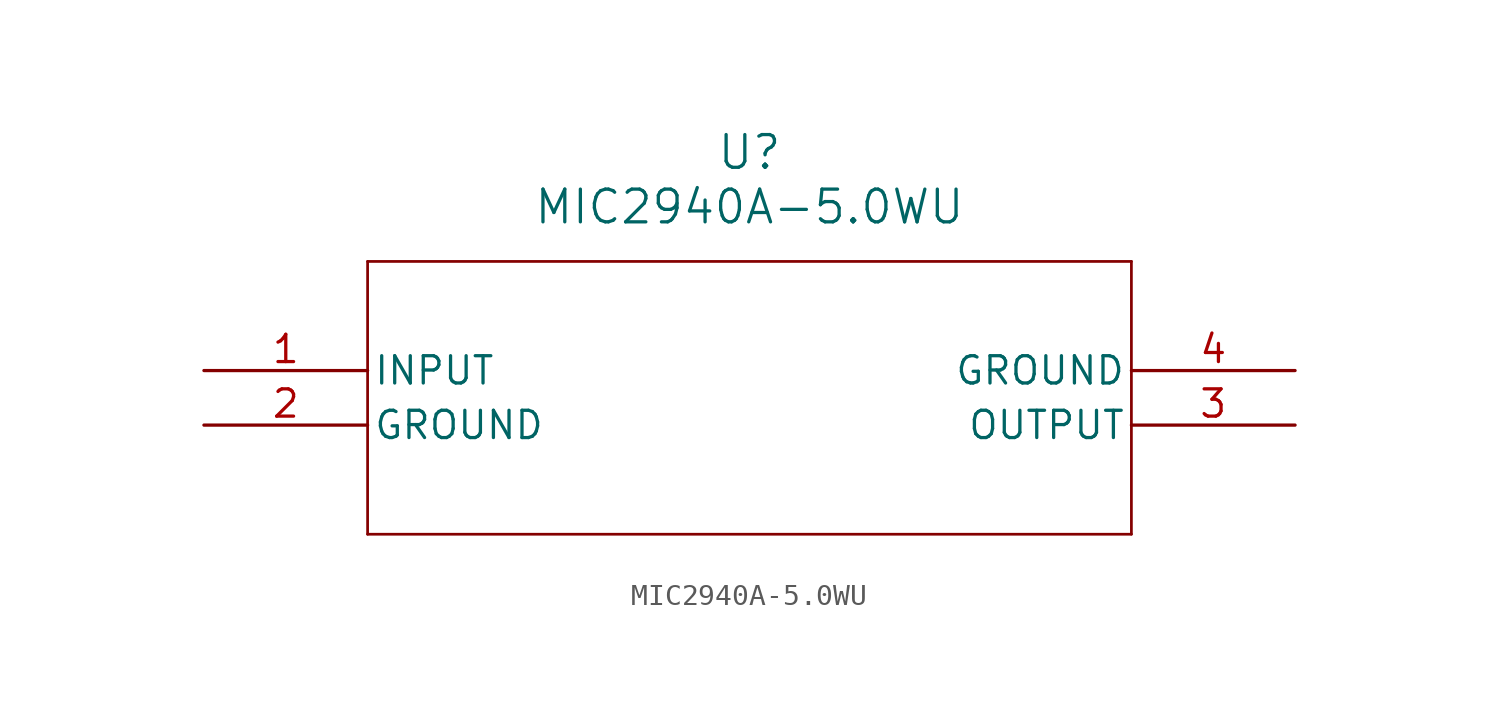
<source format=kicad_sym>
(kicad_symbol_lib
  (version 20211014)
  (generator kicad_symbol_editor)
  (symbol "MIC2940A-5.0WU"
    (pin_names
      (offset 0.254))
    (property "Reference" "U"
      (at 25.4 10.16 0)
      (effects (font (size 1.524 1.524))))
    (property "Value" "MIC2940A-5.0WU"
      (at 25.4 7.62 0)
      (effects (font (size 1.524 1.524))))
    (symbol "MIC2940A-5.0WU_0_1"
      (polyline (pts (xy 7.62 5.08) (xy 7.62 -7.62)) (stroke (width 0.127) (type default) (color 0 0 0 0)) (fill (type none)))
      (polyline (pts (xy 7.62 -7.62) (xy 43.18 -7.62)) (stroke (width 0.127) (type default) (color 0 0 0 0)) (fill (type none)))
      (polyline (pts (xy 43.18 -7.62) (xy 43.18 5.08)) (stroke (width 0.127) (type default) (color 0 0 0 0)) (fill (type none)))
      (polyline (pts (xy 43.18 5.08) (xy 7.62 5.08)) (stroke (width 0.127) (type default) (color 0 0 0 0)) (fill (type none)))
      (pin input line (at 0 0 0) (length 7.62) (name "INPUT" (effects (font (size 1.27 1.27)))) (number "1" (effects (font (size 1.27 1.27)))))
      (pin power_out line (at 0 -2.54 0) (length 7.62) (name "GROUND" (effects (font (size 1.27 1.27)))) (number "2" (effects (font (size 1.27 1.27)))))
      (pin output line (at 50.8 -2.54 180) (length 7.62) (name "OUTPUT" (effects (font (size 1.27 1.27)))) (number "3" (effects (font (size 1.27 1.27)))))
      (pin power_out line (at 50.8 0 180) (length 7.62) (name "GROUND" (effects (font (size 1.27 1.27)))) (number "4" (effects (font (size 1.27 1.27))))))))
</source>
